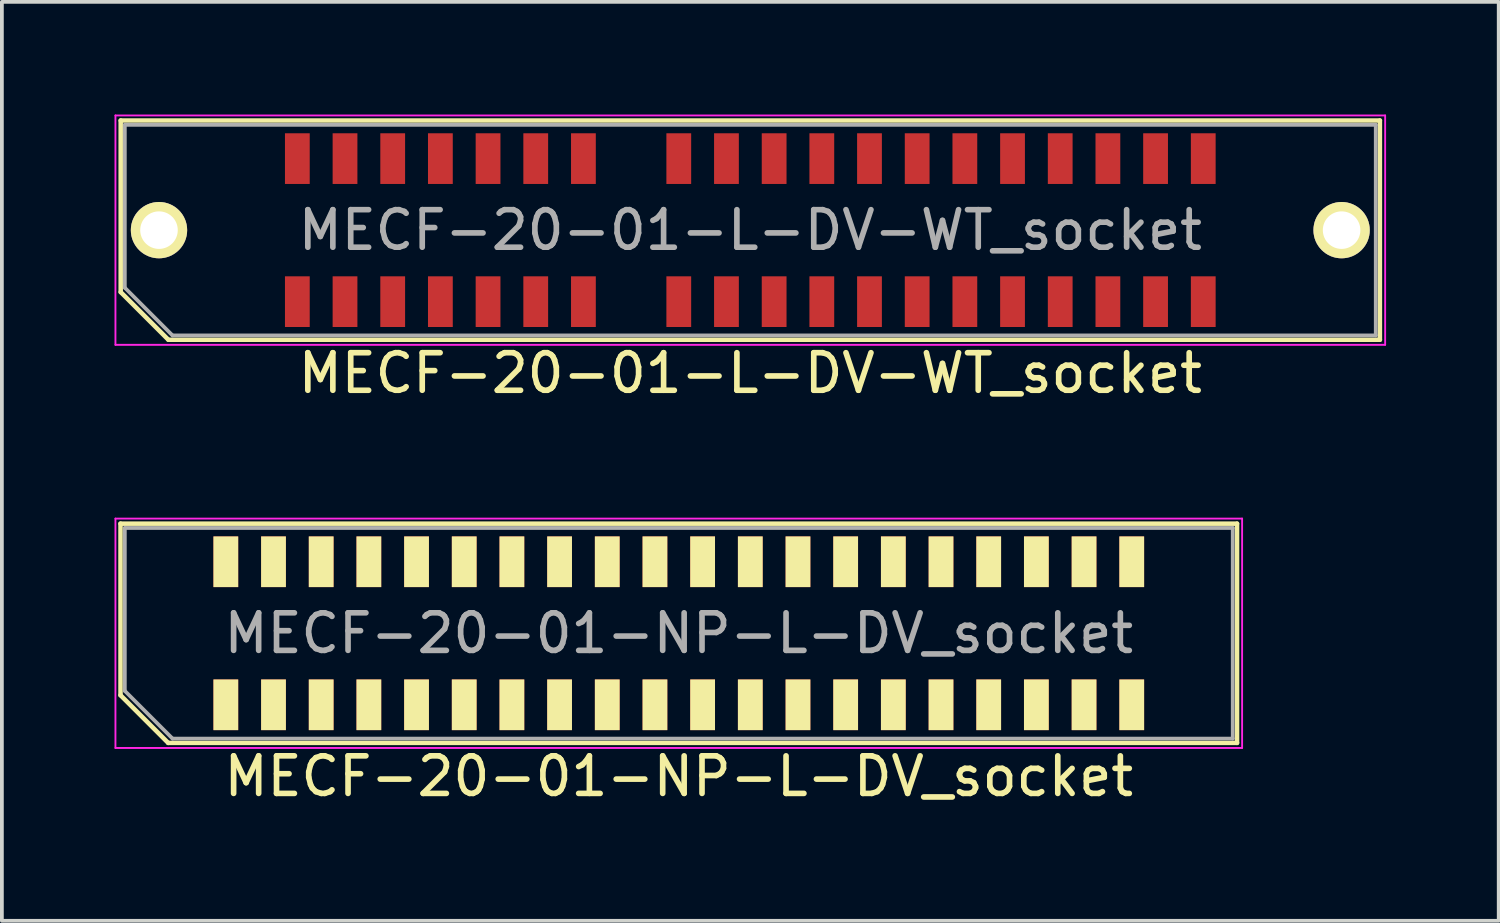
<source format=kicad_pcb>
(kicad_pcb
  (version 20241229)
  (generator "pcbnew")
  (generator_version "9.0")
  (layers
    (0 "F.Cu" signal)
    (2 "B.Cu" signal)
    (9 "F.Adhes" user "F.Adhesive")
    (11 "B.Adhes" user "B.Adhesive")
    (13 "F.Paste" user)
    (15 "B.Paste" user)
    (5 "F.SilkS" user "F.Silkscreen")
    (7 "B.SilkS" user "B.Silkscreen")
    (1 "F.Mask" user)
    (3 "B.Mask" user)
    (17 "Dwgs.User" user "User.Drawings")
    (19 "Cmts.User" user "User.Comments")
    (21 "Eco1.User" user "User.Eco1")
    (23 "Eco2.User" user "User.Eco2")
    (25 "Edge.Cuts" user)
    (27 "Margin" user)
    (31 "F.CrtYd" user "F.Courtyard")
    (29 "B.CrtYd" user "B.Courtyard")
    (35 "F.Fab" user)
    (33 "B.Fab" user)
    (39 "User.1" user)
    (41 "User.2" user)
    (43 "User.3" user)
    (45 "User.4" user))
  (footprint "MECF-20-01-NP-L-DV_socket"
    (layer "F.Cu")
    (at 15.03 13.818)
    (property "Reference" "MECF-20-01-NP-L-DV_socket" (at 0 3.81 0) (layer "F.SilkS") (effects (font (size 1 1) (thickness 0.15))))
    (attr smd)
    (fp_line (start -14.87 -2.92) (end 14.87 -2.92) (stroke (width 0.12) (type solid)) (layer "F.SilkS"))
    (fp_line (start -14.87 1.65) (end -14.87 -2.92) (stroke (width 0.12) (type solid)) (layer "F.SilkS"))
    (fp_line (start -13.6 2.92) (end -14.87 1.65) (stroke (width 0.12) (type solid)) (layer "F.SilkS"))
    (fp_line (start -13.6 2.92) (end 14.87 2.92) (stroke (width 0.12) (type solid)) (layer "F.SilkS"))
    (fp_line (start 14.87 2.92) (end 14.87 -2.92) (stroke (width 0.12) (type solid)) (layer "F.SilkS"))
    (fp_line (start -15.005 -3.055) (end -15.005 3.055) (stroke (width 0.05) (type solid)) (layer "F.CrtYd"))
    (fp_line (start -15.005 3.055) (end 15.005 3.055) (stroke (width 0.05) (type solid)) (layer "F.CrtYd"))
    (fp_line (start 15.005 -3.055) (end -15.005 -3.055) (stroke (width 0.05) (type solid)) (layer "F.CrtYd"))
    (fp_line (start 15.005 3.055) (end 15.005 -3.055) (stroke (width 0.05) (type solid)) (layer "F.CrtYd"))
    (fp_line (start -14.755 -2.805) (end 14.755 -2.805) (stroke (width 0.1) (type solid)) (layer "F.Fab"))
    (fp_line (start -14.755 1.535) (end -14.755 -2.805) (stroke (width 0.1) (type solid)) (layer "F.Fab"))
    (fp_line (start -14.755 1.535) (end -13.485 2.805) (stroke (width 0.1) (type solid)) (layer "F.Fab"))
    (fp_line (start -13.485 2.805) (end 14.755 2.805) (stroke (width 0.1) (type solid)) (layer "F.Fab"))
    (fp_line (start 14.755 2.805) (end 14.755 -2.805) (stroke (width 0.1) (type solid)) (layer "F.Fab"))
    (fp_text user "${REFERENCE}" (at 0 0 0) (layer "F.Fab") (effects (font (size 1 1) (thickness 0.15))))
    (pad "" np_thru_hole circle (at -13.845 0) (size 0.001 0.001) (drill 1.45) (layers "*.Cu" "*.Mask" "F.SilkS"))
    (pad "" np_thru_hole circle (at 13.845 1) (size 0.001 0.001) (drill 1.45) (layers "*.Cu" "*.Mask" "F.SilkS"))
    (pad "1" smd rect (at -12.065 1.905) (size 0.66 1.35) (layers "F.Cu" "F.Mask" "F.SilkS"))
    (pad "2" smd rect (at -12.065 -1.905) (size 0.66 1.35) (layers "F.Cu" "F.Mask" "F.SilkS"))
    (pad "3" smd rect (at -10.795 1.905) (size 0.66 1.35) (layers "F.Cu" "F.Mask" "F.SilkS"))
    (pad "4" smd rect (at -10.795 -1.905) (size 0.66 1.35) (layers "F.Cu" "F.Mask" "F.SilkS"))
    (pad "5" smd rect (at -9.525 1.905) (size 0.66 1.35) (layers "F.Cu" "F.Mask" "F.SilkS"))
    (pad "6" smd rect (at -9.525 -1.905) (size 0.66 1.35) (layers "F.Cu" "F.Mask" "F.SilkS"))
    (pad "7" smd rect (at -8.255 1.905) (size 0.66 1.35) (layers "F.Cu" "F.Mask" "F.SilkS"))
    (pad "8" smd rect (at -8.255 -1.905) (size 0.66 1.35) (layers "F.Cu" "F.Mask" "F.SilkS"))
    (pad "9" smd rect (at -6.985 1.905) (size 0.66 1.35) (layers "F.Cu" "F.Mask" "F.SilkS"))
    (pad "10" smd rect (at -6.985 -1.905) (size 0.66 1.35) (layers "F.Cu" "F.Mask" "F.SilkS"))
    (pad "11" smd rect (at -5.715 1.905) (size 0.66 1.35) (layers "F.Cu" "F.Mask" "F.SilkS"))
    (pad "12" smd rect (at -5.715 -1.905) (size 0.66 1.35) (layers "F.Cu" "F.Mask" "F.SilkS"))
    (pad "13" smd rect (at -4.445 1.905) (size 0.66 1.35) (layers "F.Cu" "F.Mask" "F.SilkS"))
    (pad "14" smd rect (at -4.445 -1.905) (size 0.66 1.35) (layers "F.Cu" "F.Mask" "F.SilkS"))
    (pad "15" smd rect (at -3.175 1.905) (size 0.66 1.35) (layers "F.Cu" "F.Mask" "F.SilkS"))
    (pad "16" smd rect (at -3.175 -1.905) (size 0.66 1.35) (layers "F.Cu" "F.Mask" "F.SilkS"))
    (pad "17" smd rect (at -1.905 1.905) (size 0.66 1.35) (layers "F.Cu" "F.Mask" "F.SilkS"))
    (pad "18" smd rect (at -1.905 -1.905) (size 0.66 1.35) (layers "F.Cu" "F.Mask" "F.SilkS"))
    (pad "19" smd rect (at -0.635 1.905) (size 0.66 1.35) (layers "F.Cu" "F.Mask" "F.SilkS"))
    (pad "20" smd rect (at -0.635 -1.905) (size 0.66 1.35) (layers "F.Cu" "F.Mask" "F.SilkS"))
    (pad "21" smd rect (at 0.635 1.905) (size 0.66 1.35) (layers "F.Cu" "F.Mask" "F.SilkS"))
    (pad "22" smd rect (at 0.635 -1.905) (size 0.66 1.35) (layers "F.Cu" "F.Mask" "F.SilkS"))
    (pad "23" smd rect (at 1.905 1.905) (size 0.66 1.35) (layers "F.Cu" "F.Mask" "F.SilkS"))
    (pad "24" smd rect (at 1.905 -1.905) (size 0.66 1.35) (layers "F.Cu" "F.Mask" "F.SilkS"))
    (pad "25" smd rect (at 3.175 1.905) (size 0.66 1.35) (layers "F.Cu" "F.Mask" "F.SilkS"))
    (pad "26" smd rect (at 3.175 -1.905) (size 0.66 1.35) (layers "F.Cu" "F.Mask" "F.SilkS"))
    (pad "27" smd rect (at 4.445 1.905) (size 0.66 1.35) (layers "F.Cu" "F.Mask" "F.SilkS"))
    (pad "28" smd rect (at 4.445 -1.905) (size 0.66 1.35) (layers "F.Cu" "F.Mask" "F.SilkS"))
    (pad "29" smd rect (at 5.715 1.905) (size 0.66 1.35) (layers "F.Cu" "F.Mask" "F.SilkS"))
    (pad "30" smd rect (at 5.715 -1.905) (size 0.66 1.35) (layers "F.Cu" "F.Mask" "F.SilkS"))
    (pad "31" smd rect (at 6.985 1.905) (size 0.66 1.35) (layers "F.Cu" "F.Mask" "F.SilkS"))
    (pad "32" smd rect (at 6.985 -1.905) (size 0.66 1.35) (layers "F.Cu" "F.Mask" "F.SilkS"))
    (pad "33" smd rect (at 8.255 1.905) (size 0.66 1.35) (layers "F.Cu" "F.Mask" "F.SilkS"))
    (pad "34" smd rect (at 8.255 -1.905) (size 0.66 1.35) (layers "F.Cu" "F.Mask" "F.SilkS"))
    (pad "35" smd rect (at 9.525 1.905) (size 0.66 1.35) (layers "F.Cu" "F.Mask" "F.SilkS"))
    (pad "36" smd rect (at 9.525 -1.905) (size 0.66 1.35) (layers "F.Cu" "F.Mask" "F.SilkS"))
    (pad "37" smd rect (at 10.795 1.905) (size 0.66 1.35) (layers "F.Cu" "F.Mask" "F.SilkS"))
    (pad "38" smd rect (at 10.795 -1.905) (size 0.66 1.35) (layers "F.Cu" "F.Mask" "F.SilkS"))
    (pad "39" smd rect (at 12.065 1.905) (size 0.66 1.35) (layers "F.Cu" "F.Mask" "F.SilkS"))
    (pad "40" smd rect (at 12.065 -1.905) (size 0.66 1.35) (layers "F.Cu" "F.Mask" "F.SilkS")))
  (footprint "MECF-20-01-L-DV-WT_socket"
    (layer "F.Cu")
    (at 16.935 3.08)
    (property "Reference" "MECF-20-01-L-DV-WT_socket" (at 0 3.81 0) (layer "F.SilkS") (effects (font (size 1 1) (thickness 0.15))))
    (attr smd)
    (fp_line (start -16.77 -2.92) (end 16.77 -2.92) (stroke (width 0.12) (type solid)) (layer "F.SilkS"))
    (fp_line (start -16.77 1.65) (end -16.77 -2.92) (stroke (width 0.12) (type solid)) (layer "F.SilkS"))
    (fp_line (start -15.5 2.92) (end -16.77 1.65) (stroke (width 0.12) (type solid)) (layer "F.SilkS"))
    (fp_line (start -15.5 2.92) (end 16.77 2.92) (stroke (width 0.12) (type solid)) (layer "F.SilkS"))
    (fp_line (start 16.77 2.92) (end 16.77 -2.92) (stroke (width 0.12) (type solid)) (layer "F.SilkS"))
    (fp_line (start -16.91 -3.055) (end -16.91 3.055) (stroke (width 0.05) (type solid)) (layer "F.CrtYd"))
    (fp_line (start -16.91 3.055) (end 16.91 3.055) (stroke (width 0.05) (type solid)) (layer "F.CrtYd"))
    (fp_line (start 16.91 -3.055) (end -16.91 -3.055) (stroke (width 0.05) (type solid)) (layer "F.CrtYd"))
    (fp_line (start 16.91 3.055) (end 16.91 -3.055) (stroke (width 0.05) (type solid)) (layer "F.CrtYd"))
    (fp_line (start -16.66 -2.805) (end 16.66 -2.805) (stroke (width 0.1) (type solid)) (layer "F.Fab"))
    (fp_line (start -16.66 1.535) (end -16.66 -2.805) (stroke (width 0.1) (type solid)) (layer "F.Fab"))
    (fp_line (start -16.66 1.535) (end -15.39 2.805) (stroke (width 0.1) (type solid)) (layer "F.Fab"))
    (fp_line (start -15.39 2.805) (end 16.66 2.805) (stroke (width 0.1) (type solid)) (layer "F.Fab"))
    (fp_line (start 16.66 2.805) (end 16.66 -2.805) (stroke (width 0.1) (type solid)) (layer "F.Fab"))
    (fp_text user "${REFERENCE}" (at 0 0 0) (layer "F.Fab") (effects (font (size 1 1) (thickness 0.15))))
    (pad "" np_thru_hole circle (at -13.845 0) (size 0.001 0.001) (drill 1.45) (layers "*.Cu" "*.Mask" "F.SilkS"))
    (pad "" np_thru_hole circle (at 13.845 1) (size 0.001 0.001) (drill 1.45) (layers "*.Cu" "*.Mask" "F.SilkS"))
    (pad "1" smd rect (at -12.065 1.905) (size 0.66 1.35) (layers "F.Cu" "F.Mask" "F.Paste"))
    (pad "2" smd rect (at -12.065 -1.905) (size 0.66 1.35) (layers "F.Cu" "F.Mask" "F.Paste"))
    (pad "3" smd rect (at -10.795 1.905) (size 0.66 1.35) (layers "F.Cu" "F.Mask" "F.Paste"))
    (pad "4" smd rect (at -10.795 -1.905) (size 0.66 1.35) (layers "F.Cu" "F.Mask" "F.Paste"))
    (pad "5" smd rect (at -9.525 1.905) (size 0.66 1.35) (layers "F.Cu" "F.Mask" "F.Paste"))
    (pad "6" smd rect (at -9.525 -1.905) (size 0.66 1.35) (layers "F.Cu" "F.Mask" "F.Paste"))
    (pad "7" smd rect (at -8.255 1.905) (size 0.66 1.35) (layers "F.Cu" "F.Mask" "F.Paste"))
    (pad "8" smd rect (at -8.255 -1.905) (size 0.66 1.35) (layers "F.Cu" "F.Mask" "F.Paste"))
    (pad "9" smd rect (at -6.985 1.905) (size 0.66 1.35) (layers "F.Cu" "F.Mask" "F.Paste"))
    (pad "10" smd rect (at -6.985 -1.905) (size 0.66 1.35) (layers "F.Cu" "F.Mask" "F.Paste"))
    (pad "11" smd rect (at -5.715 1.905) (size 0.66 1.35) (layers "F.Cu" "F.Mask" "F.Paste"))
    (pad "12" smd rect (at -5.715 -1.905) (size 0.66 1.35) (layers "F.Cu" "F.Mask" "F.Paste"))
    (pad "13" smd rect (at -4.445 1.905) (size 0.66 1.35) (layers "F.Cu" "F.Mask" "F.Paste"))
    (pad "14" smd rect (at -4.445 -1.905) (size 0.66 1.35) (layers "F.Cu" "F.Mask" "F.Paste"))
    (pad "17" smd rect (at -1.905 1.905) (size 0.66 1.35) (layers "F.Cu" "F.Mask" "F.Paste"))
    (pad "18" smd rect (at -1.905 -1.905) (size 0.66 1.35) (layers "F.Cu" "F.Mask" "F.Paste"))
    (pad "19" smd rect (at -0.635 1.905) (size 0.66 1.35) (layers "F.Cu" "F.Mask" "F.Paste"))
    (pad "20" smd rect (at -0.635 -1.905) (size 0.66 1.35) (layers "F.Cu" "F.Mask" "F.Paste"))
    (pad "21" smd rect (at 0.635 1.905) (size 0.66 1.35) (layers "F.Cu" "F.Mask" "F.Paste"))
    (pad "22" smd rect (at 0.635 -1.905) (size 0.66 1.35) (layers "F.Cu" "F.Mask" "F.Paste"))
    (pad "23" smd rect (at 1.905 1.905) (size 0.66 1.35) (layers "F.Cu" "F.Mask" "F.Paste"))
    (pad "24" smd rect (at 1.905 -1.905) (size 0.66 1.35) (layers "F.Cu" "F.Mask" "F.Paste"))
    (pad "25" smd rect (at 3.175 1.905) (size 0.66 1.35) (layers "F.Cu" "F.Mask" "F.Paste"))
    (pad "26" smd rect (at 3.175 -1.905) (size 0.66 1.35) (layers "F.Cu" "F.Mask" "F.Paste"))
    (pad "27" smd rect (at 4.445 1.905) (size 0.66 1.35) (layers "F.Cu" "F.Mask" "F.Paste"))
    (pad "28" smd rect (at 4.445 -1.905) (size 0.66 1.35) (layers "F.Cu" "F.Mask" "F.Paste"))
    (pad "29" smd rect (at 5.715 1.905) (size 0.66 1.35) (layers "F.Cu" "F.Mask" "F.Paste"))
    (pad "30" smd rect (at 5.715 -1.905) (size 0.66 1.35) (layers "F.Cu" "F.Mask" "F.Paste"))
    (pad "31" smd rect (at 6.985 1.905) (size 0.66 1.35) (layers "F.Cu" "F.Mask" "F.Paste"))
    (pad "32" smd rect (at 6.985 -1.905) (size 0.66 1.35) (layers "F.Cu" "F.Mask" "F.Paste"))
    (pad "33" smd rect (at 8.255 1.905) (size 0.66 1.35) (layers "F.Cu" "F.Mask" "F.Paste"))
    (pad "34" smd rect (at 8.255 -1.905) (size 0.66 1.35) (layers "F.Cu" "F.Mask" "F.Paste"))
    (pad "35" smd rect (at 9.525 1.905) (size 0.66 1.35) (layers "F.Cu" "F.Mask" "F.Paste"))
    (pad "36" smd rect (at 9.525 -1.905) (size 0.66 1.35) (layers "F.Cu" "F.Mask" "F.Paste"))
    (pad "37" smd rect (at 10.795 1.905) (size 0.66 1.35) (layers "F.Cu" "F.Mask" "F.Paste"))
    (pad "38" smd rect (at 10.795 -1.905) (size 0.66 1.35) (layers "F.Cu" "F.Mask" "F.Paste"))
    (pad "39" smd rect (at 12.065 1.905) (size 0.66 1.35) (layers "F.Cu" "F.Mask" "F.Paste"))
    (pad "40" smd rect (at 12.065 -1.905) (size 0.66 1.35) (layers "F.Cu" "F.Mask" "F.Paste"))
    (pad "None" thru_hole circle (at -15.75 0) (size 1.5 1.5) (drill 1) (layers "*.Cu" "*.Mask" "F.SilkS"))
    (pad "None" thru_hole circle (at 15.75 0) (size 1.5 1.5) (drill 1) (layers "*.Cu" "*.Mask" "F.SilkS")))
  (gr_rect
    (start -3 -3)
    (end 36.87 21.477)
    (stroke (width 0.1) (type default))
    (fill no)
    (layer "Edge.Cuts")))
</source>
